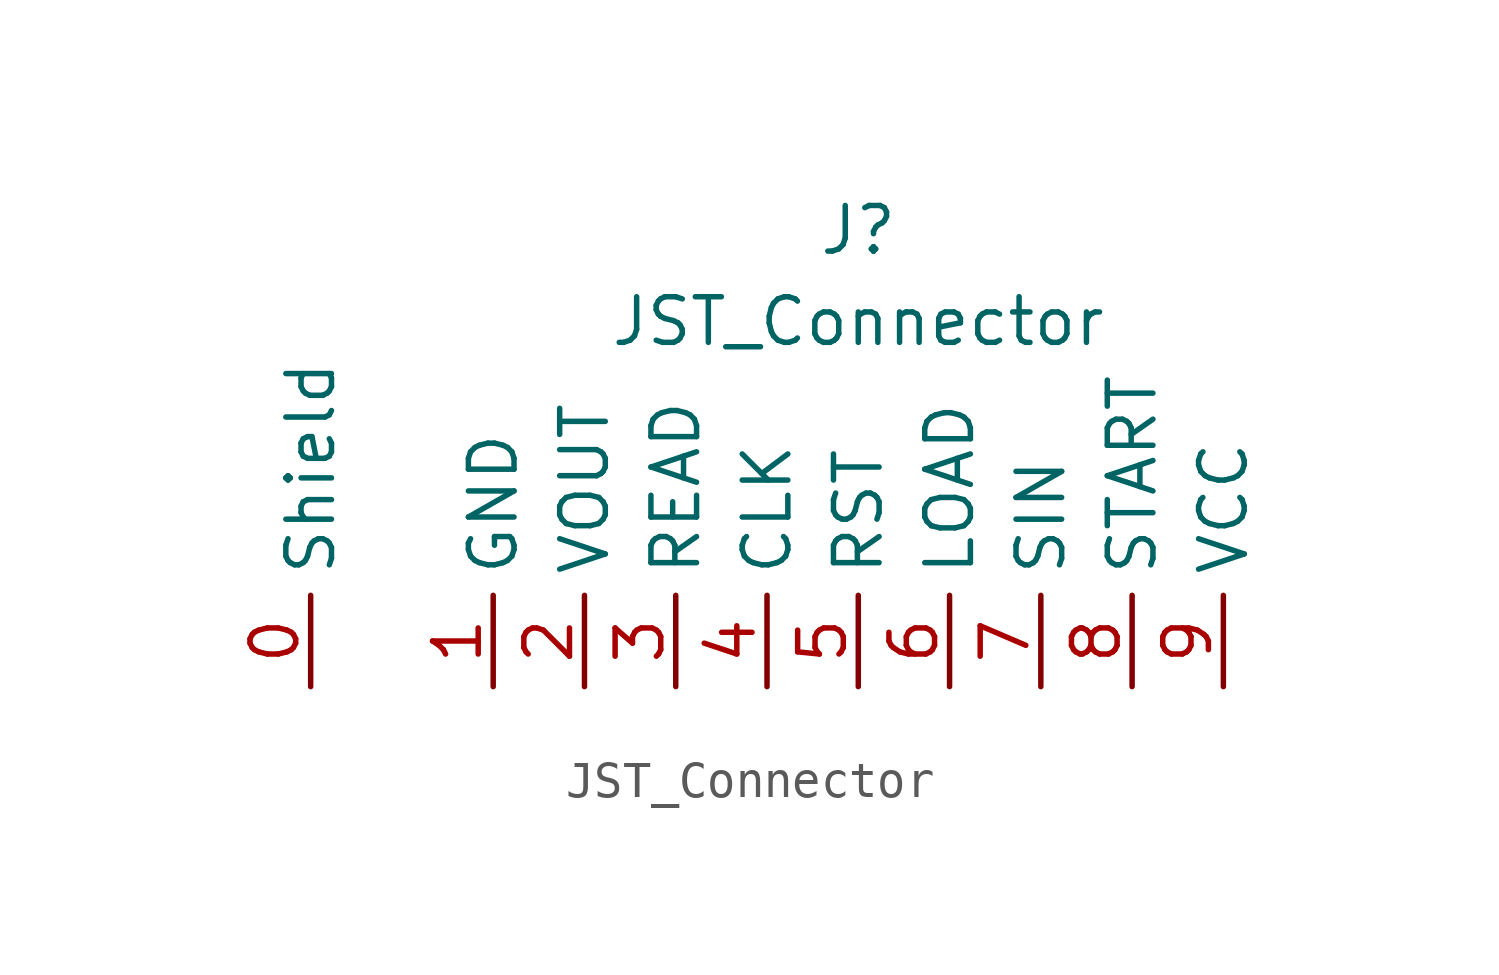
<source format=kicad_sym>
(kicad_symbol_lib
  (version 20211014)
  (generator kicad_symbol_editor)
  (symbol "JST_Connector"
    (property "Reference" "J"
      (at 0 10.16 0)
      (effects (font (size 1.27 1.27))))
    (property "Value" "JST_Connector"
      (at 0 7.62 0)
      (effects (font (size 1.27 1.27))))
    (symbol "JST_Connector_1_1"
      (pin input line (at -15.24 -2.54 90) (length 2.54) (name "Shield" (effects (font (size 1.27 1.27)))) (number "0" (effects (font (size 1.27 1.27)))))
      (pin input line (at -10.16 -2.54 90) (length 2.54) (name "GND" (effects (font (size 1.27 1.27)))) (number "1" (effects (font (size 1.27 1.27)))))
      (pin input line (at -7.62 -2.54 90) (length 2.54) (name "VOUT" (effects (font (size 1.27 1.27)))) (number "2" (effects (font (size 1.27 1.27)))))
      (pin input line (at -5.08 -2.54 90) (length 2.54) (name "READ" (effects (font (size 1.27 1.27)))) (number "3" (effects (font (size 1.27 1.27)))))
      (pin input line (at -2.54 -2.54 90) (length 2.54) (name "CLK" (effects (font (size 1.27 1.27)))) (number "4" (effects (font (size 1.27 1.27)))))
      (pin input line (at 0 -2.54 90) (length 2.54) (name "RST" (effects (font (size 1.27 1.27)))) (number "5" (effects (font (size 1.27 1.27)))))
      (pin input line (at 2.54 -2.54 90) (length 2.54) (name "LOAD" (effects (font (size 1.27 1.27)))) (number "6" (effects (font (size 1.27 1.27)))))
      (pin input line (at 5.08 -2.54 90) (length 2.54) (name "SIN" (effects (font (size 1.27 1.27)))) (number "7" (effects (font (size 1.27 1.27)))))
      (pin input line (at 7.62 -2.54 90) (length 2.54) (name "START" (effects (font (size 1.27 1.27)))) (number "8" (effects (font (size 1.27 1.27)))))
      (pin input line (at 10.16 -2.54 90) (length 2.54) (name "VCC" (effects (font (size 1.27 1.27)))) (number "9" (effects (font (size 1.27 1.27))))))))
</source>
